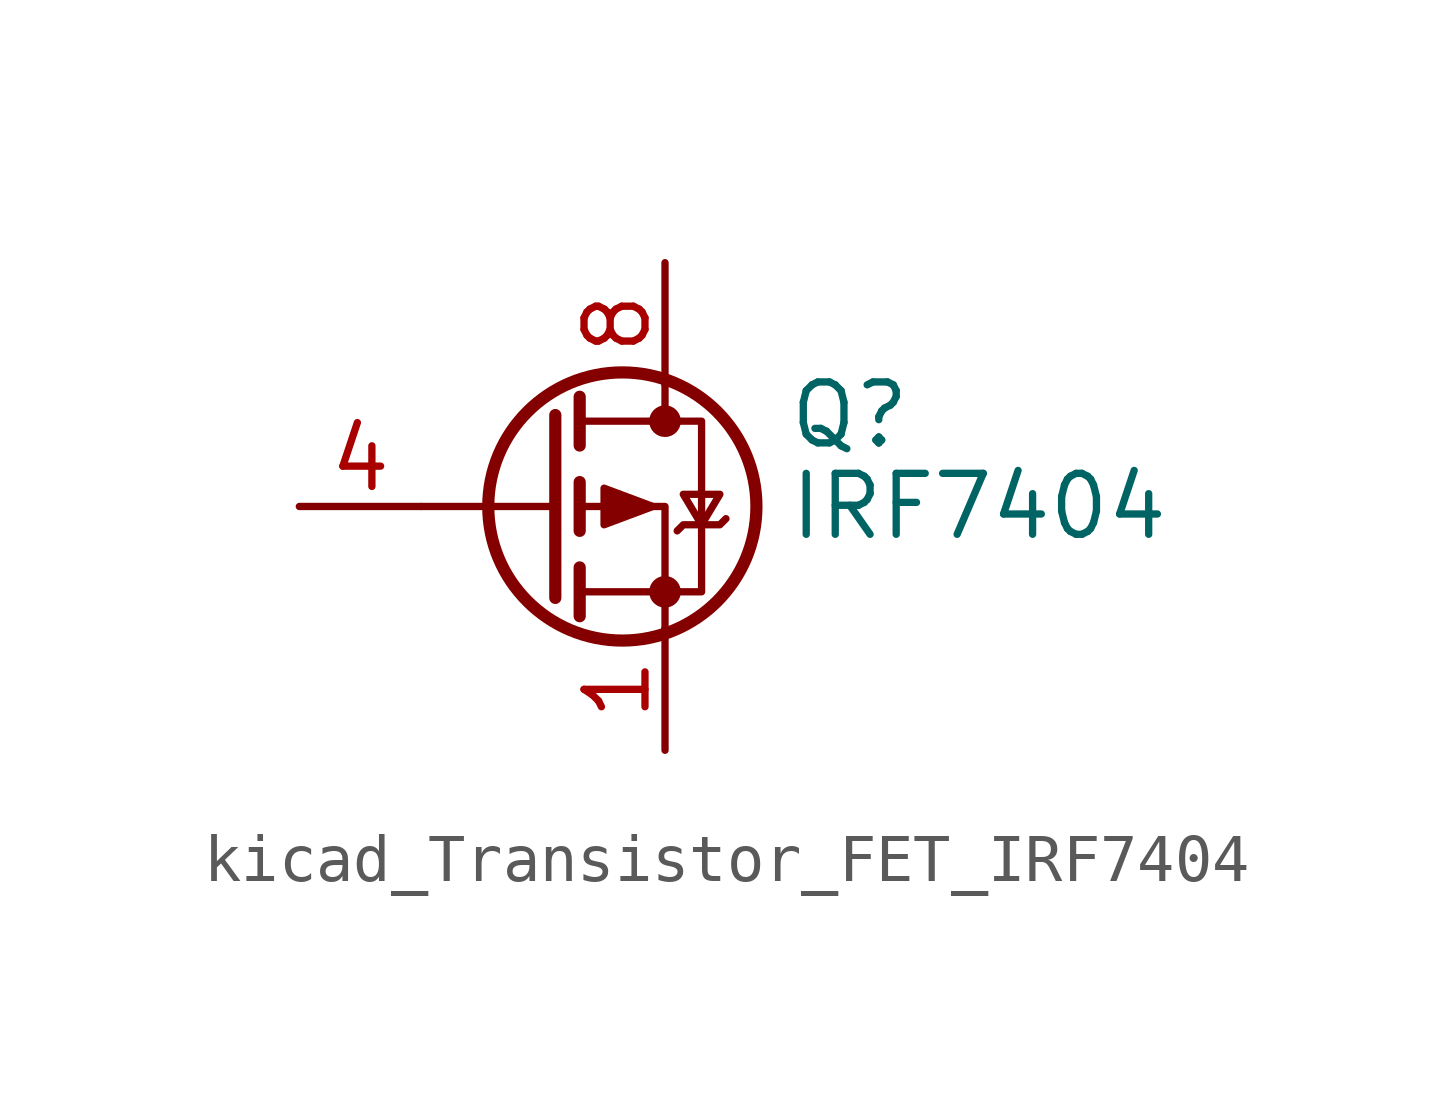
<source format=kicad_sym>
(kicad_symbol_lib
  (version 20220914)
  (generator kicad_symbol_editor)
  (symbol "kicad_Transistor_FET_IRF7404"
    (pin_names hide)
    (property "Reference" "Q"
      (at 5.08 1.905 0)
      (effects (font (size 1.27 1.27)) (justify left)))
    (property "Value" "IRF7404"
      (at 5.08 0 0)
      (effects (font (size 1.27 1.27)) (justify left)))
    (symbol "kicad_Transistor_FET_IRF7404_0_1"
      (polyline (pts (xy 0.254 0) (xy -2.54 0)) (stroke (width 0) (type default)) (fill (type none)))
      (polyline (pts (xy 0.254 1.905) (xy 0.254 -1.905)) (stroke (width 0.254) (type default)) (fill (type none)))
      (polyline (pts (xy 0.762 -1.27) (xy 0.762 -2.286)) (stroke (width 0.254) (type default)) (fill (type none)))
      (polyline (pts (xy 0.762 0.508) (xy 0.762 -0.508)) (stroke (width 0.254) (type default)) (fill (type none)))
      (polyline (pts (xy 0.762 2.286) (xy 0.762 1.27)) (stroke (width 0.254) (type default)) (fill (type none)))
      (polyline (pts (xy 2.54 2.54) (xy 2.54 1.778)) (stroke (width 0) (type default)) (fill (type none)))
      (polyline (pts (xy 2.54 -2.54) (xy 2.54 0) (xy 0.762 0)) (stroke (width 0) (type default)) (fill (type none)))
      (polyline (pts (xy 0.762 1.778) (xy 3.302 1.778) (xy 3.302 -1.778) (xy 0.762 -1.778)) (stroke (width 0) (type default)) (fill (type none)))
      (polyline (pts (xy 2.286 0) (xy 1.27 0.381) (xy 1.27 -0.381) (xy 2.286 0)) (stroke (width 0) (type default)) (fill (type outline)))
      (polyline (pts (xy 2.794 -0.508) (xy 2.921 -0.381) (xy 3.683 -0.381) (xy 3.81 -0.254)) (stroke (width 0) (type default)) (fill (type none)))
      (polyline (pts (xy 3.302 -0.381) (xy 2.921 0.254) (xy 3.683 0.254) (xy 3.302 -0.381)) (stroke (width 0) (type default)) (fill (type none)))
      (circle (center 1.651 0) (radius 2.794) (stroke (width 0.254) (type default)) (fill (type none)))
      (circle (center 2.54 -1.778) (radius 0.254) (stroke (width 0) (type default)) (fill (type outline)))
      (circle (center 2.54 1.778) (radius 0.254) (stroke (width 0) (type default)) (fill (type outline))))
    (symbol "kicad_Transistor_FET_IRF7404_1_1"
      (pin passive line (at 2.54 -5.08 90) (length 2.54) (name "S" (effects (font (size 1.27 1.27)))) (number "1" (effects (font (size 1.27 1.27)))))
      (pin passive line (at 2.54 -5.08 90) (length 2.54) hide (name "S" (effects (font (size 1.27 1.27)))) (number "2" (effects (font (size 1.27 1.27)))))
      (pin passive line (at 2.54 -5.08 90) (length 2.54) hide (name "S" (effects (font (size 1.27 1.27)))) (number "3" (effects (font (size 1.27 1.27)))))
      (pin passive line (at -5.08 0 0) (length 2.54) (name "G" (effects (font (size 1.27 1.27)))) (number "4" (effects (font (size 1.27 1.27)))))
      (pin passive line (at 2.54 5.08 270) (length 2.54) hide (name "D" (effects (font (size 1.27 1.27)))) (number "5" (effects (font (size 1.27 1.27)))))
      (pin passive line (at 2.54 5.08 270) (length 2.54) hide (name "D" (effects (font (size 1.27 1.27)))) (number "6" (effects (font (size 1.27 1.27)))))
      (pin passive line (at 2.54 5.08 270) (length 2.54) hide (name "D" (effects (font (size 1.27 1.27)))) (number "7" (effects (font (size 1.27 1.27)))))
      (pin passive line (at 2.54 5.08 270) (length 2.54) (name "D" (effects (font (size 1.27 1.27)))) (number "8" (effects (font (size 1.27 1.27))))))))
</source>
